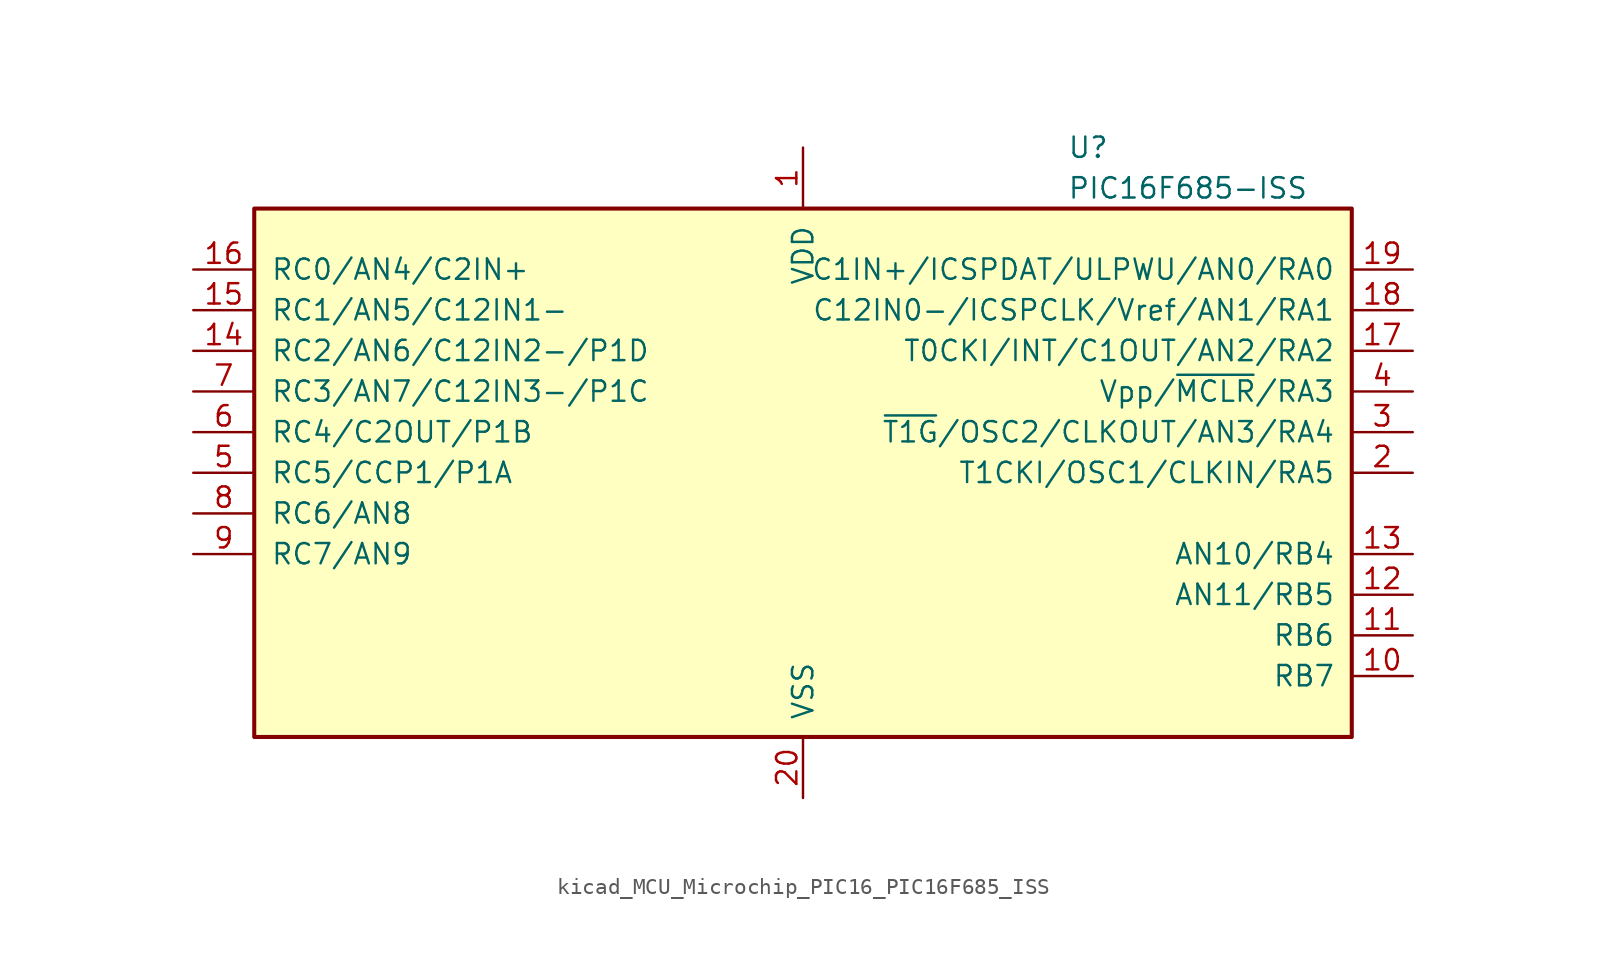
<source format=kicad_sym>
(kicad_symbol_lib
  (version 20220914)
  (generator kicad_symbol_editor)
  (symbol "kicad_MCU_Microchip_PIC16_PIC16F685_ISS"
    (pin_names
      (offset 1.016))
    (property "Reference" "U"
      (at 16.51 20.32 0)
      (effects (font (size 1.27 1.27)) (justify left)))
    (property "Value" "PIC16F685-ISS"
      (at 16.51 17.78 0)
      (effects (font (size 1.27 1.27)) (justify left)))
    (symbol "kicad_MCU_Microchip_PIC16_PIC16F685_ISS_0_1"
      (rectangle (start -34.29 16.51) (end 34.29 -16.51) (stroke (width 0.254) (type default)) (fill (type background))))
    (symbol "kicad_MCU_Microchip_PIC16_PIC16F685_ISS_1_1"
      (pin power_in line (at 0 20.32 270) (length 3.81) (name "VDD" (effects (font (size 1.27 1.27)))) (number "1" (effects (font (size 1.27 1.27)))))
      (pin bidirectional line (at 38.1 -12.7 180) (length 3.81) (name "RB7" (effects (font (size 1.27 1.27)))) (number "10" (effects (font (size 1.27 1.27)))))
      (pin bidirectional line (at 38.1 -10.16 180) (length 3.81) (name "RB6" (effects (font (size 1.27 1.27)))) (number "11" (effects (font (size 1.27 1.27)))))
      (pin bidirectional line (at 38.1 -7.62 180) (length 3.81) (name "AN11/RB5" (effects (font (size 1.27 1.27)))) (number "12" (effects (font (size 1.27 1.27)))))
      (pin bidirectional line (at 38.1 -5.08 180) (length 3.81) (name "AN10/RB4" (effects (font (size 1.27 1.27)))) (number "13" (effects (font (size 1.27 1.27)))))
      (pin bidirectional line (at -38.1 7.62 0) (length 3.81) (name "RC2/AN6/C12IN2-/P1D" (effects (font (size 1.27 1.27)))) (number "14" (effects (font (size 1.27 1.27)))))
      (pin bidirectional line (at -38.1 10.16 0) (length 3.81) (name "RC1/AN5/C12IN1-" (effects (font (size 1.27 1.27)))) (number "15" (effects (font (size 1.27 1.27)))))
      (pin bidirectional line (at -38.1 12.7 0) (length 3.81) (name "RC0/AN4/C2IN+" (effects (font (size 1.27 1.27)))) (number "16" (effects (font (size 1.27 1.27)))))
      (pin bidirectional line (at 38.1 7.62 180) (length 3.81) (name "T0CKI/INT/C1OUT/AN2/RA2" (effects (font (size 1.27 1.27)))) (number "17" (effects (font (size 1.27 1.27)))))
      (pin bidirectional line (at 38.1 10.16 180) (length 3.81) (name "C12IN0-/ICSPCLK/Vref/AN1/RA1" (effects (font (size 1.27 1.27)))) (number "18" (effects (font (size 1.27 1.27)))))
      (pin bidirectional line (at 38.1 12.7 180) (length 3.81) (name "C1IN+/ICSPDAT/ULPWU/AN0/RA0" (effects (font (size 1.27 1.27)))) (number "19" (effects (font (size 1.27 1.27)))))
      (pin bidirectional line (at 38.1 0 180) (length 3.81) (name "T1CKI/OSC1/CLKIN/RA5" (effects (font (size 1.27 1.27)))) (number "2" (effects (font (size 1.27 1.27)))))
      (pin power_in line (at 0 -20.32 90) (length 3.81) (name "VSS" (effects (font (size 1.27 1.27)))) (number "20" (effects (font (size 1.27 1.27)))))
      (pin bidirectional line (at 38.1 2.54 180) (length 3.81) (name "~{T1G}/OSC2/CLKOUT/AN3/RA4" (effects (font (size 1.27 1.27)))) (number "3" (effects (font (size 1.27 1.27)))))
      (pin input line (at 38.1 5.08 180) (length 3.81) (name "Vpp/~{MCLR}/RA3" (effects (font (size 1.27 1.27)))) (number "4" (effects (font (size 1.27 1.27)))))
      (pin bidirectional line (at -38.1 0 0) (length 3.81) (name "RC5/CCP1/P1A" (effects (font (size 1.27 1.27)))) (number "5" (effects (font (size 1.27 1.27)))))
      (pin bidirectional line (at -38.1 2.54 0) (length 3.81) (name "RC4/C2OUT/P1B" (effects (font (size 1.27 1.27)))) (number "6" (effects (font (size 1.27 1.27)))))
      (pin bidirectional line (at -38.1 5.08 0) (length 3.81) (name "RC3/AN7/C12IN3-/P1C" (effects (font (size 1.27 1.27)))) (number "7" (effects (font (size 1.27 1.27)))))
      (pin bidirectional line (at -38.1 -2.54 0) (length 3.81) (name "RC6/AN8" (effects (font (size 1.27 1.27)))) (number "8" (effects (font (size 1.27 1.27)))))
      (pin bidirectional line (at -38.1 -5.08 0) (length 3.81) (name "RC7/AN9" (effects (font (size 1.27 1.27)))) (number "9" (effects (font (size 1.27 1.27))))))))
</source>
